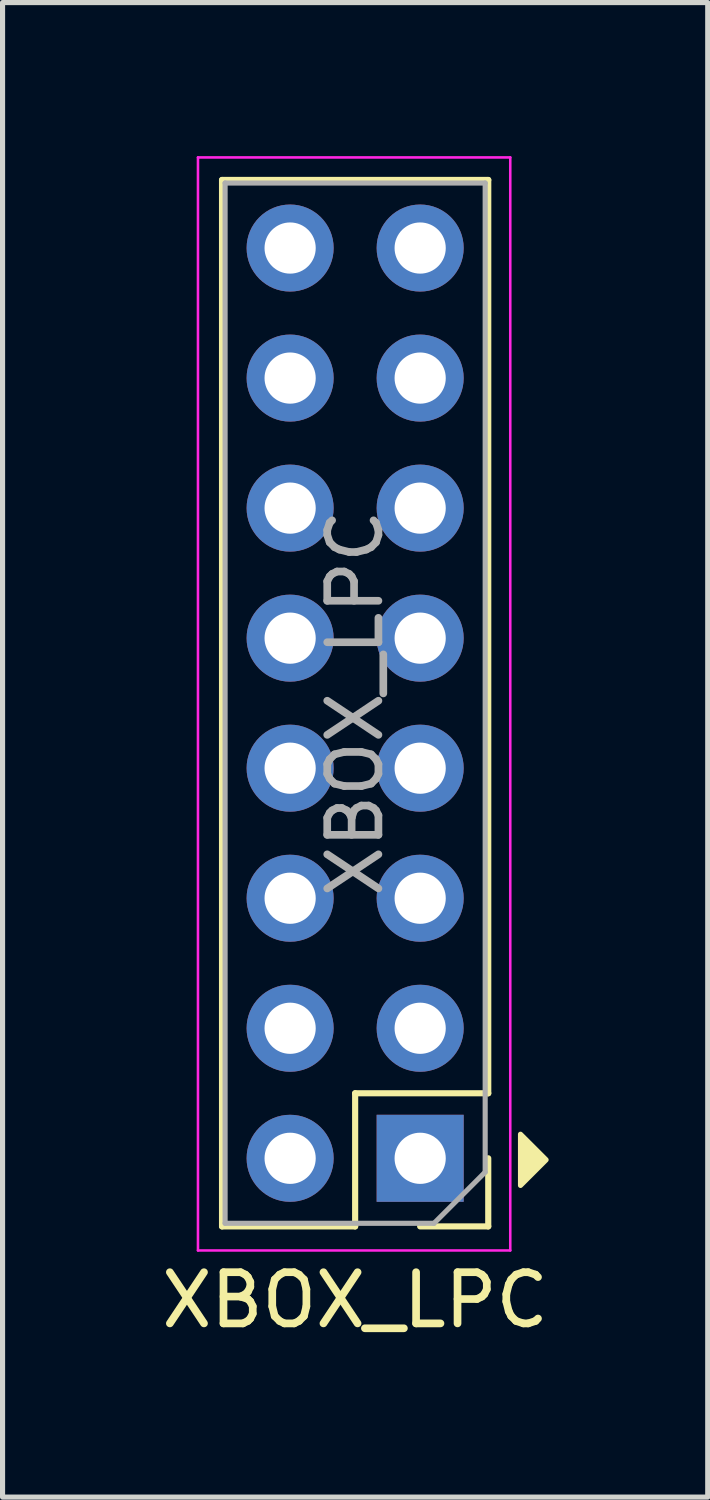
<source format=kicad_pcb>
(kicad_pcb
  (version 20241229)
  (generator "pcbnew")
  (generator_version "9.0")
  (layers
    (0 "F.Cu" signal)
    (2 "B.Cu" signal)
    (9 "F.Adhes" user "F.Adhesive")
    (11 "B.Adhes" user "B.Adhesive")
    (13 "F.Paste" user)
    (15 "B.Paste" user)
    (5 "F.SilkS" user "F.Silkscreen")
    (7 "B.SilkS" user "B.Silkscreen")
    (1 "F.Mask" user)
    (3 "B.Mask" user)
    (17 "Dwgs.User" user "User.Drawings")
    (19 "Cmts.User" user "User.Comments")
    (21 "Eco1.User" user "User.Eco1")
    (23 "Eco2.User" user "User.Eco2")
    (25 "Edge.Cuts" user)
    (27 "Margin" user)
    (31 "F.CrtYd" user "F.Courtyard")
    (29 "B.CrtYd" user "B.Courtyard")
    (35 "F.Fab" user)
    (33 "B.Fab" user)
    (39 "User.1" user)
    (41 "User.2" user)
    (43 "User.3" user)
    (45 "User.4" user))
  (footprint "XBOX_LPC"
    (layer "F.Cu")
    (at 5.117 19.605)
    (property "Reference" "XBOX_LPC" (at -1.23 2.74 0) (layer "F.SilkS") (effects (font (size 1 1) (thickness 0.15))))
    (attr through_hole)
    (fp_line (start -3.83 -19.14) (end 1.37 -19.14) (stroke (width 0.12) (type solid)) (layer "F.SilkS"))
    (fp_line (start -3.83 1.3) (end -3.83 -19.14) (stroke (width 0.12) (type solid)) (layer "F.SilkS"))
    (fp_line (start -3.83 1.3) (end -1.23 1.3) (stroke (width 0.12) (type solid)) (layer "F.SilkS"))
    (fp_line (start -1.23 -1.3) (end 1.37 -1.3) (stroke (width 0.12) (type solid)) (layer "F.SilkS"))
    (fp_line (start -1.23 1.3) (end -1.23 -1.3) (stroke (width 0.12) (type solid)) (layer "F.SilkS"))
    (fp_line (start 0.04 1.3) (end 1.37 1.3) (stroke (width 0.12) (type solid)) (layer "F.SilkS"))
    (fp_line (start 1.37 -1.3) (end 1.37 -19.14) (stroke (width 0.12) (type solid)) (layer "F.SilkS"))
    (fp_line (start 1.37 1.3) (end 1.37 -0.03) (stroke (width 0.12) (type solid)) (layer "F.SilkS"))
    (fp_poly (pts (xy 2 -0.5) (xy 2 0.5) (xy 2.5 0)) (stroke (width 0.1) (type solid)) (fill yes) (layer "F.SilkS"))
    (fp_line (start -4.3 -19.58) (end -4.3 1.77) (stroke (width 0.05) (type solid)) (layer "F.CrtYd"))
    (fp_line (start -4.3 1.77) (end 1.8 1.77) (stroke (width 0.05) (type solid)) (layer "F.CrtYd"))
    (fp_line (start 1.8 -19.58) (end -4.3 -19.58) (stroke (width 0.05) (type solid)) (layer "F.CrtYd"))
    (fp_line (start 1.8 1.77) (end 1.8 -19.58) (stroke (width 0.05) (type solid)) (layer "F.CrtYd"))
    (fp_line (start -3.77 -19.08) (end -3.77 1.24) (stroke (width 0.1) (type solid)) (layer "F.Fab"))
    (fp_line (start -3.77 1.24) (end 0.31 1.24) (stroke (width 0.1) (type solid)) (layer "F.Fab"))
    (fp_line (start 0.31 1.24) (end 1.31 0.24) (stroke (width 0.1) (type solid)) (layer "F.Fab"))
    (fp_line (start 1.31 -19.08) (end -3.77 -19.08) (stroke (width 0.1) (type solid)) (layer "F.Fab"))
    (fp_line (start 1.31 0.24) (end 1.31 -19.08) (stroke (width 0.1) (type solid)) (layer "F.Fab"))
    (fp_text user "${REFERENCE}" (at -1.23 -8.92 90) (layer "F.Fab") (effects (font (size 1 1) (thickness 0.15))))
    (pad "1" thru_hole rect (at 0.04 -0.03) (size 1.7 1.7) (drill 1) (layers "*.Cu" "*.Mask"))
    (pad "2" thru_hole oval (at -2.5 -0.03) (size 1.7 1.7) (drill 1) (layers "*.Cu" "*.Mask"))
    (pad "3" thru_hole oval (at 0.04 -2.57) (size 1.7 1.7) (drill 1) (layers "*.Cu" "*.Mask"))
    (pad "4" thru_hole oval (at -2.5 -2.57) (size 1.7 1.7) (drill 1) (layers "*.Cu" "*.Mask"))
    (pad "5" thru_hole oval (at 0.04 -5.11) (size 1.7 1.7) (drill 1) (layers "*.Cu" "*.Mask"))
    (pad "6" thru_hole oval (at -2.5 -5.11) (size 1.7 1.7) (drill 1) (layers "*.Cu" "*.Mask"))
    (pad "7" thru_hole oval (at 0.04 -7.65) (size 1.7 1.7) (drill 1) (layers "*.Cu" "*.Mask"))
    (pad "8" thru_hole oval (at -2.5 -7.65) (size 1.7 1.7) (drill 1) (layers "*.Cu" "*.Mask"))
    (pad "9" thru_hole oval (at 0.04 -10.19) (size 1.7 1.7) (drill 1) (layers "*.Cu" "*.Mask"))
    (pad "10" thru_hole oval (at -2.5 -10.19) (size 1.7 1.7) (drill 1) (layers "*.Cu" "*.Mask"))
    (pad "11" thru_hole oval (at 0.04 -12.73) (size 1.7 1.7) (drill 1) (layers "*.Cu" "*.Mask"))
    (pad "12" thru_hole oval (at -2.5 -12.73) (size 1.7 1.7) (drill 1) (layers "*.Cu" "*.Mask"))
    (pad "13" thru_hole oval (at 0.04 -15.27) (size 1.7 1.7) (drill 1) (layers "*.Cu" "*.Mask"))
    (pad "14" thru_hole oval (at -2.5 -15.27) (size 1.7 1.7) (drill 1) (layers "*.Cu" "*.Mask"))
    (pad "15" thru_hole oval (at 0.04 -17.81) (size 1.7 1.7) (drill 1) (layers "*.Cu" "*.Mask"))
    (pad "16" thru_hole oval (at -2.5 -17.81) (size 1.7 1.7) (drill 1) (layers "*.Cu" "*.Mask")))
  (gr_rect
    (start -3 -3)
    (end 10.774 26.193)
    (stroke (width 0.1) (type default))
    (fill no)
    (layer "Edge.Cuts")))
</source>
